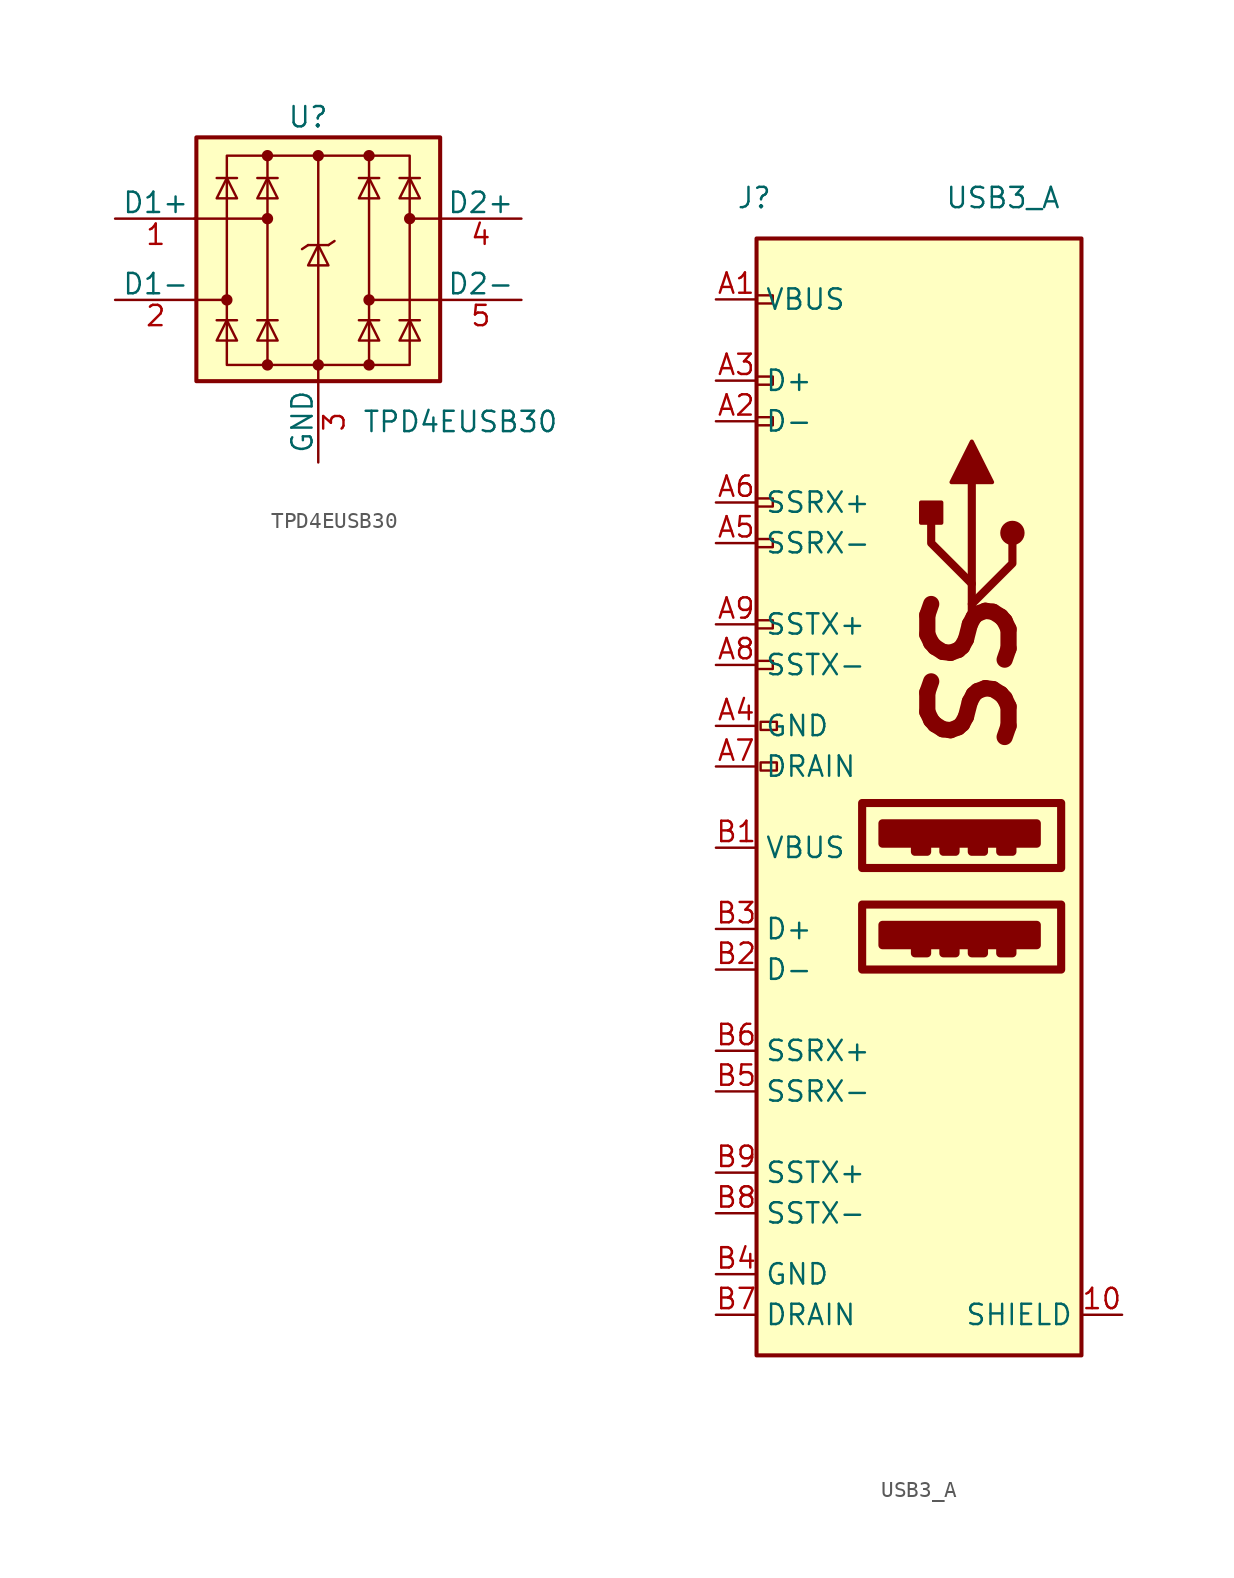
<source format=kicad_sym>
(kicad_symbol_lib
  (version 20210619)
  (generator kicad_symbol_editor)
  (symbol "CM4IO:TPD4EUSB30"
    (pin_names
      (offset 0))
    (property "Reference" "U"
      (at -0.635 8.89 0)
      (effects (font (size 1.27 1.27))))
    (property "Value" "TPD4EUSB30"
      (at 8.89 -10.16 0)
      (effects (font (size 1.27 1.27))))
    (symbol "TPD4EUSB30_0_0"
      (rectangle (start -5.715 6.477) (end 5.715 -6.604) (stroke (width 0)) (fill (type none)))
      (polyline (pts (xy -3.175 -6.604) (xy -3.175 6.477)) (stroke (width 0)) (fill (type none)))
      (polyline (pts (xy 0 6.477) (xy 0 -6.604)) (stroke (width 0)) (fill (type none)))
      (polyline (pts (xy 3.175 6.477) (xy 3.175 -6.604)) (stroke (width 0)) (fill (type none))))
    (symbol "TPD4EUSB30_0_1"
      (circle (center -5.715 -2.54) (radius 0.279) (stroke (width 0)) (fill (type outline)))
      (circle (center -3.175 -6.604) (radius 0.279) (stroke (width 0)) (fill (type outline)))
      (circle (center -3.175 2.54) (radius 0.279) (stroke (width 0)) (fill (type outline)))
      (circle (center -3.175 6.477) (radius 0.279) (stroke (width 0)) (fill (type outline)))
      (circle (center 0 -6.604) (radius 0.279) (stroke (width 0)) (fill (type outline)))
      (circle (center 0 6.477) (radius 0.279) (stroke (width 0)) (fill (type outline)))
      (circle (center 3.175 -6.604) (radius 0.279) (stroke (width 0)) (fill (type outline)))
      (circle (center 3.175 -2.54) (radius 0.279) (stroke (width 0)) (fill (type outline)))
      (circle (center 3.175 6.477) (radius 0.279) (stroke (width 0)) (fill (type outline)))
      (circle (center 5.715 2.54) (radius 0.279) (stroke (width 0)) (fill (type outline)))
      (rectangle (start -7.62 7.62) (end 7.62 -7.62) (stroke (width 0.254)) (fill (type background)))
      (polyline (pts (xy -7.747 2.54) (xy -3.175 2.54)) (stroke (width 0)) (fill (type none)))
      (polyline (pts (xy -7.62 -2.54) (xy -5.715 -2.54)) (stroke (width 0)) (fill (type none)))
      (polyline (pts (xy -5.08 -3.81) (xy -6.35 -3.81)) (stroke (width 0)) (fill (type none)))
      (polyline (pts (xy -5.08 5.08) (xy -6.35 5.08)) (stroke (width 0)) (fill (type none)))
      (polyline (pts (xy -2.54 -3.81) (xy -3.81 -3.81)) (stroke (width 0)) (fill (type none)))
      (polyline (pts (xy -2.54 5.08) (xy -3.81 5.08)) (stroke (width 0)) (fill (type none)))
      (polyline (pts (xy -0.635 0.889) (xy -1.016 0.635)) (stroke (width 0)) (fill (type none)))
      (polyline (pts (xy 0 -6.604) (xy 0 -7.62)) (stroke (width 0)) (fill (type none)))
      (polyline (pts (xy 0.635 0.889) (xy -0.635 0.889)) (stroke (width 0)) (fill (type none)))
      (polyline (pts (xy 0.635 0.889) (xy 1.016 1.143)) (stroke (width 0)) (fill (type none)))
      (polyline (pts (xy 3.81 -3.81) (xy 2.54 -3.81)) (stroke (width 0)) (fill (type none)))
      (polyline (pts (xy 3.81 5.08) (xy 2.54 5.08)) (stroke (width 0)) (fill (type none)))
      (polyline (pts (xy 6.35 -3.81) (xy 5.08 -3.81)) (stroke (width 0)) (fill (type none)))
      (polyline (pts (xy 6.35 5.08) (xy 5.08 5.08)) (stroke (width 0)) (fill (type none)))
      (polyline (pts (xy 7.62 -2.54) (xy 3.175 -2.54)) (stroke (width 0)) (fill (type none)))
      (polyline (pts (xy 7.62 2.54) (xy 5.715 2.54)) (stroke (width 0)) (fill (type none)))
      (polyline (pts (xy -5.08 -5.08) (xy -6.35 -5.08) (xy -5.715 -3.81) (xy -5.08 -5.08)) (stroke (width 0)) (fill (type none)))
      (polyline (pts (xy -5.08 3.81) (xy -6.35 3.81) (xy -5.715 5.08) (xy -5.08 3.81)) (stroke (width 0)) (fill (type none)))
      (polyline (pts (xy -2.54 -5.08) (xy -3.81 -5.08) (xy -3.175 -3.81) (xy -2.54 -5.08)) (stroke (width 0)) (fill (type none)))
      (polyline (pts (xy -2.54 3.81) (xy -3.81 3.81) (xy -3.175 5.08) (xy -2.54 3.81)) (stroke (width 0)) (fill (type none)))
      (polyline (pts (xy 0.635 -0.381) (xy -0.635 -0.381) (xy 0 0.889) (xy 0.635 -0.381)) (stroke (width 0)) (fill (type none)))
      (polyline (pts (xy 3.81 -5.08) (xy 2.54 -5.08) (xy 3.175 -3.81) (xy 3.81 -5.08)) (stroke (width 0)) (fill (type none)))
      (polyline (pts (xy 3.81 3.81) (xy 2.54 3.81) (xy 3.175 5.08) (xy 3.81 3.81)) (stroke (width 0)) (fill (type none)))
      (polyline (pts (xy 6.35 -5.08) (xy 5.08 -5.08) (xy 5.715 -3.81) (xy 6.35 -5.08)) (stroke (width 0)) (fill (type none)))
      (polyline (pts (xy 6.35 3.81) (xy 5.08 3.81) (xy 5.715 5.08) (xy 6.35 3.81)) (stroke (width 0)) (fill (type none))))
    (symbol "TPD4EUSB30_1_1"
      (pin passive line (at -12.7 2.54 0) (length 5.08) (name "D1+" (effects (font (size 1.27 1.27)))) (number "1" (effects (font (size 1.27 1.27)))))
      (pin passive line (at -12.7 2.54 0) (length 5.08) hide (name "~" (effects (font (size 1.27 1.27)))) (number "10" (effects (font (size 1.27 1.27)))))
      (pin passive line (at -12.7 -2.54 0) (length 5.08) (name "D1-" (effects (font (size 1.27 1.27)))) (number "2" (effects (font (size 1.27 1.27)))))
      (pin power_in line (at 0 -12.7 90) (length 5.08) (name "GND" (effects (font (size 1.27 1.27)))) (number "3" (effects (font (size 1.27 1.27)))))
      (pin passive line (at 12.7 2.54 180) (length 5.08) (name "D2+" (effects (font (size 1.27 1.27)))) (number "4" (effects (font (size 1.27 1.27)))))
      (pin passive line (at 12.7 -2.54 180) (length 5.08) (name "D2-" (effects (font (size 1.27 1.27)))) (number "5" (effects (font (size 1.27 1.27)))))
      (pin passive line (at 12.7 -2.54 180) (length 5.08) hide (name "~" (effects (font (size 1.27 1.27)))) (number "6" (effects (font (size 1.27 1.27)))))
      (pin passive line (at 12.7 2.54 180) (length 5.08) hide (name "~" (effects (font (size 1.27 1.27)))) (number "7" (effects (font (size 1.27 1.27)))))
      (pin passive line (at 0 -12.7 90) (length 5.08) hide (name "GND" (effects (font (size 1.27 1.27)))) (number "8" (effects (font (size 1.27 1.27)))))
      (pin passive line (at -12.7 -2.54 0) (length 5.08) hide (name "~" (effects (font (size 1.27 1.27)))) (number "9" (effects (font (size 1.27 1.27)))))))
  (symbol "CM4IO:USB3_A"
    (property "Reference" "J"
      (at -10.16 33.02 0)
      (effects (font (size 1.27 1.27)) (justify left)))
    (property "Value" "USB3_A"
      (at 10.16 33.02 0)
      (effects (font (size 1.27 1.27)) (justify right)))
    (symbol "USB3_A_1_1"
      (circle (center 7.112 12.065) (radius 0.635) (stroke (width 0.254)) (fill (type outline)))
      (text "SS" (at 4.572 3.175 900) (effects (font (size 5.08 5.08) bold italic)))
      (rectangle (start -8.89 4.064) (end -7.874 3.556) (stroke (width 0)) (fill (type none)))
      (rectangle (start -8.89 6.604) (end -7.874 6.096) (stroke (width 0)) (fill (type none)))
      (rectangle (start -8.89 11.684) (end -7.874 11.176) (stroke (width 0)) (fill (type none)))
      (rectangle (start -8.89 14.224) (end -7.874 13.716) (stroke (width 0)) (fill (type none)))
      (rectangle (start -8.89 19.304) (end -7.874 18.796) (stroke (width 0)) (fill (type none)))
      (rectangle (start -8.89 21.844) (end -7.874 21.336) (stroke (width 0)) (fill (type none)))
      (rectangle (start -8.89 26.924) (end -7.874 26.416) (stroke (width 0)) (fill (type none)))
      (rectangle (start -7.62 -2.286) (end -8.636 -2.794) (stroke (width 0)) (fill (type none)))
      (rectangle (start -7.62 0.254) (end -8.636 -0.254) (stroke (width 0)) (fill (type none)))
      (rectangle (start -2.286 -11.176) (end 10.16 -15.24) (stroke (width 0.508)) (fill (type none)))
      (rectangle (start -2.286 -4.826) (end 10.16 -8.89) (stroke (width 0.508)) (fill (type none)))
      (rectangle (start 1.016 -13.97) (end 1.778 -14.224) (stroke (width 0.508)) (fill (type none)))
      (rectangle (start 1.016 -7.62) (end 1.778 -7.874) (stroke (width 0.508)) (fill (type none)))
      (rectangle (start 2.794 -13.97) (end 3.556 -14.224) (stroke (width 0.508)) (fill (type none)))
      (rectangle (start 2.794 -7.62) (end 3.556 -7.874) (stroke (width 0.508)) (fill (type none)))
      (rectangle (start 4.572 -13.97) (end 5.334 -14.224) (stroke (width 0.508)) (fill (type none)))
      (rectangle (start 4.572 -7.62) (end 5.334 -7.874) (stroke (width 0.508)) (fill (type none)))
      (rectangle (start 6.35 -13.97) (end 7.112 -14.224) (stroke (width 0.508)) (fill (type none)))
      (rectangle (start 6.35 -7.62) (end 7.112 -7.874) (stroke (width 0.508)) (fill (type none)))
      (rectangle (start -1.016 -12.446) (end 8.636 -13.716) (stroke (width 0.508)) (fill (type outline)))
      (rectangle (start -1.016 -6.096) (end 8.636 -7.366) (stroke (width 0.508)) (fill (type outline)))
      (rectangle (start 2.667 12.7) (end 1.397 13.97) (stroke (width 0.254)) (fill (type outline)))
      (rectangle (start 11.43 30.48) (end -8.89 -39.37) (stroke (width 0.254)) (fill (type background)))
      (polyline (pts (xy 4.572 6.35) (xy 4.572 15.24)) (stroke (width 0.508)) (fill (type none)))
      (polyline (pts (xy 4.572 7.62) (xy 7.112 10.16) (xy 7.112 11.43)) (stroke (width 0.508)) (fill (type none)))
      (polyline (pts (xy 4.572 8.89) (xy 2.032 11.43) (xy 2.032 12.7)) (stroke (width 0.508)) (fill (type none)))
      (polyline (pts (xy 5.842 15.24) (xy 4.572 17.78) (xy 3.302 15.24) (xy 5.842 15.24)) (stroke (width 0.254)) (fill (type outline)))
      (pin passive line (at 13.97 -36.83 180) (length 2.54) (name "SHIELD" (effects (font (size 1.27 1.27)))) (number "10" (effects (font (size 1.27 1.27)))))
      (pin power_in line (at -11.43 26.67 0) (length 2.54) (name "VBUS" (effects (font (size 1.27 1.27)))) (number "A1" (effects (font (size 1.27 1.27)))))
      (pin bidirectional line (at -11.43 19.05 0) (length 2.54) (name "D-" (effects (font (size 1.27 1.27)))) (number "A2" (effects (font (size 1.27 1.27)))))
      (pin bidirectional line (at -11.43 21.59 0) (length 2.54) (name "D+" (effects (font (size 1.27 1.27)))) (number "A3" (effects (font (size 1.27 1.27)))))
      (pin power_in line (at -11.43 0 0) (length 2.54) (name "GND" (effects (font (size 1.27 1.27)))) (number "A4" (effects (font (size 1.27 1.27)))))
      (pin bidirectional line (at -11.43 11.43 0) (length 2.54) (name "SSRX-" (effects (font (size 1.27 1.27)))) (number "A5" (effects (font (size 1.27 1.27)))))
      (pin bidirectional line (at -11.43 13.97 0) (length 2.54) (name "SSRX+" (effects (font (size 1.27 1.27)))) (number "A6" (effects (font (size 1.27 1.27)))))
      (pin power_in line (at -11.43 -2.54 0) (length 2.54) (name "DRAIN" (effects (font (size 1.27 1.27)))) (number "A7" (effects (font (size 1.27 1.27)))))
      (pin bidirectional line (at -11.43 3.81 0) (length 2.54) (name "SSTX-" (effects (font (size 1.27 1.27)))) (number "A8" (effects (font (size 1.27 1.27)))))
      (pin bidirectional line (at -11.43 6.35 0) (length 2.54) (name "SSTX+" (effects (font (size 1.27 1.27)))) (number "A9" (effects (font (size 1.27 1.27)))))
      (pin power_in line (at -11.43 -7.62 0) (length 2.54) (name "VBUS" (effects (font (size 1.27 1.27)))) (number "B1" (effects (font (size 1.27 1.27)))))
      (pin bidirectional line (at -11.43 -15.24 0) (length 2.54) (name "D-" (effects (font (size 1.27 1.27)))) (number "B2" (effects (font (size 1.27 1.27)))))
      (pin bidirectional line (at -11.43 -12.7 0) (length 2.54) (name "D+" (effects (font (size 1.27 1.27)))) (number "B3" (effects (font (size 1.27 1.27)))))
      (pin power_in line (at -11.43 -34.29 0) (length 2.54) (name "GND" (effects (font (size 1.27 1.27)))) (number "B4" (effects (font (size 1.27 1.27)))))
      (pin bidirectional line (at -11.43 -22.86 0) (length 2.54) (name "SSRX-" (effects (font (size 1.27 1.27)))) (number "B5" (effects (font (size 1.27 1.27)))))
      (pin bidirectional line (at -11.43 -20.32 0) (length 2.54) (name "SSRX+" (effects (font (size 1.27 1.27)))) (number "B6" (effects (font (size 1.27 1.27)))))
      (pin power_in line (at -11.43 -36.83 0) (length 2.54) (name "DRAIN" (effects (font (size 1.27 1.27)))) (number "B7" (effects (font (size 1.27 1.27)))))
      (pin bidirectional line (at -11.43 -30.48 0) (length 2.54) (name "SSTX-" (effects (font (size 1.27 1.27)))) (number "B8" (effects (font (size 1.27 1.27)))))
      (pin bidirectional line (at -11.43 -27.94 0) (length 2.54) (name "SSTX+" (effects (font (size 1.27 1.27)))) (number "B9" (effects (font (size 1.27 1.27))))))))
</source>
